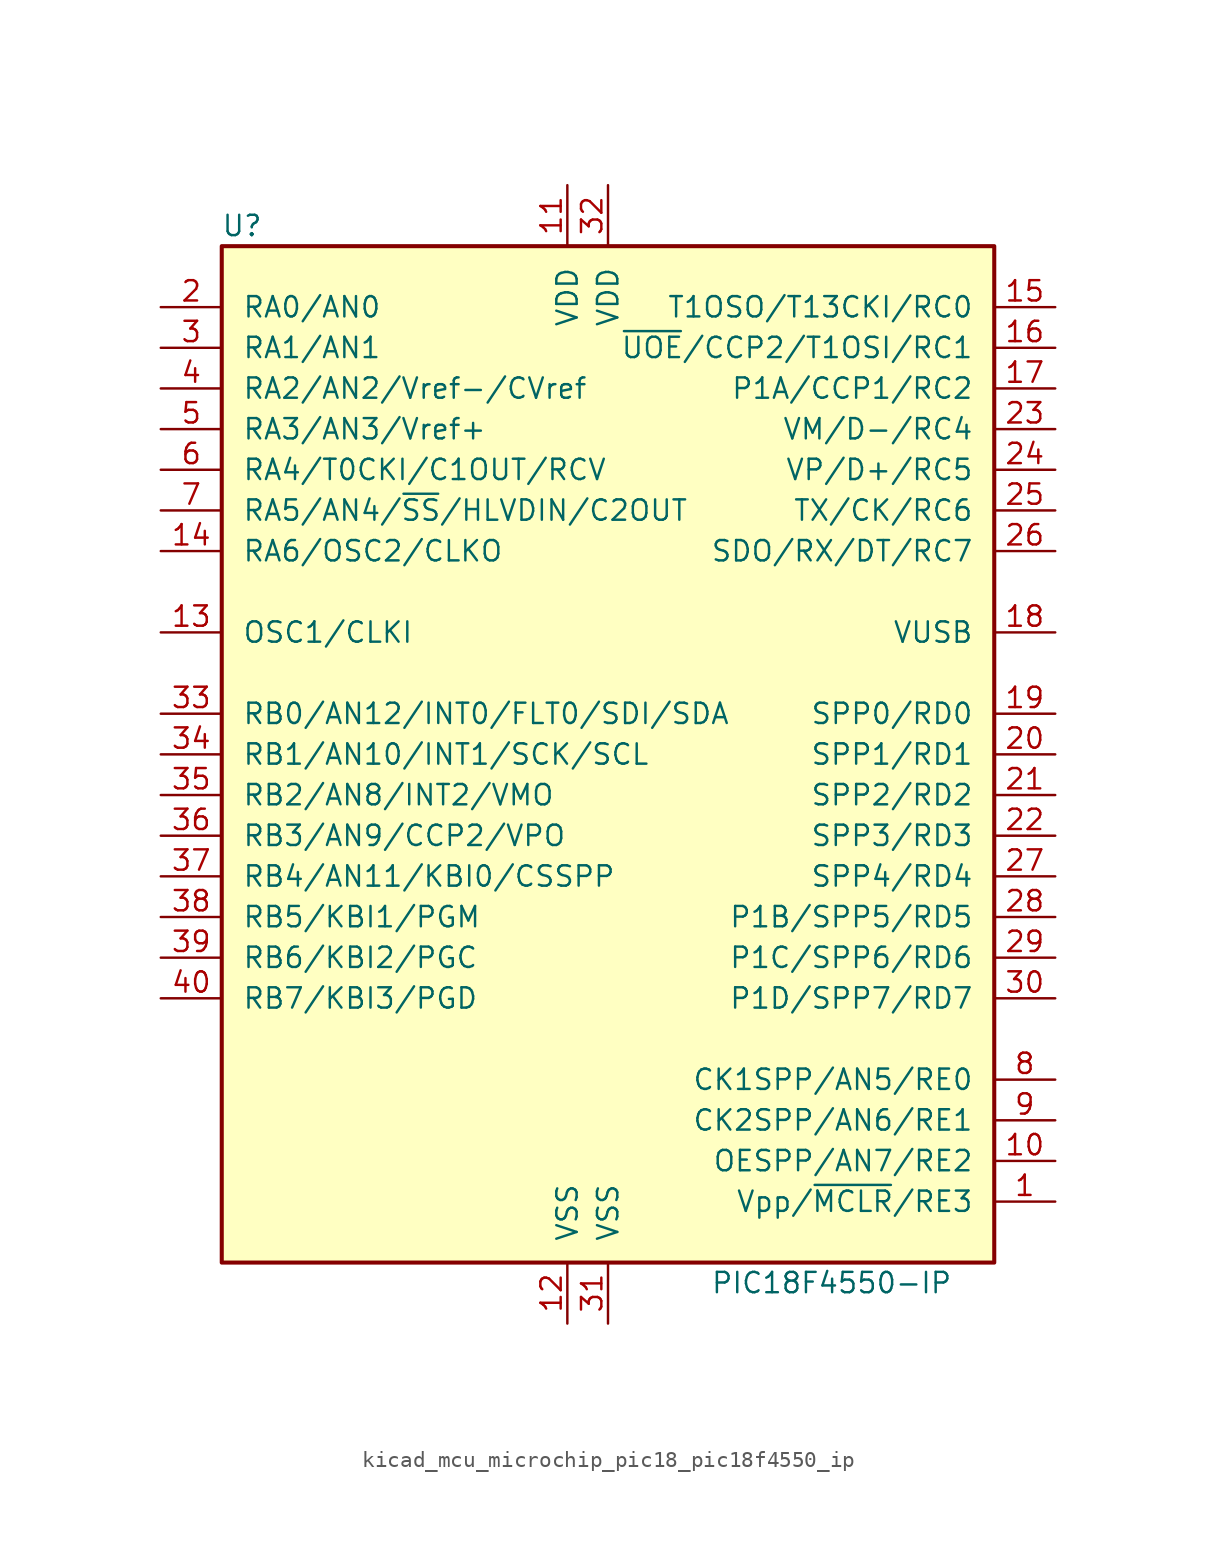
<source format=kicad_sym>
(kicad_symbol_lib
  (version 20220914)
  (generator kicad_symbol_editor)
  (symbol "kicad_mcu_microchip_pic18_pic18f4550_ip"
    (pin_names
      (offset 1.27))
    (property "Reference" "U"
      (at -22.86 33.02 0)
      (effects (font (size 1.27 1.27))))
    (property "Value" "PIC18F4550-IP"
      (at 13.97 -33.02 0)
      (effects (font (size 1.27 1.27))))
    (symbol "kicad_mcu_microchip_pic18_pic18f4550_ip_0_1"
      (rectangle (start -24.13 31.75) (end 24.13 -31.75) (stroke (width 0.254) (type default)) (fill (type background))))
    (symbol "kicad_mcu_microchip_pic18_pic18f4550_ip_1_1"
      (pin input line (at 27.94 -27.94 180) (length 3.81) (name "Vpp/~{MCLR}/RE3" (effects (font (size 1.27 1.27)))) (number "1" (effects (font (size 1.27 1.27)))))
      (pin bidirectional line (at 27.94 -25.4 180) (length 3.81) (name "OESPP/AN7/RE2" (effects (font (size 1.27 1.27)))) (number "10" (effects (font (size 1.27 1.27)))))
      (pin power_in line (at -2.54 35.56 270) (length 3.81) (name "VDD" (effects (font (size 1.27 1.27)))) (number "11" (effects (font (size 1.27 1.27)))))
      (pin power_in line (at -2.54 -35.56 90) (length 3.81) (name "VSS" (effects (font (size 1.27 1.27)))) (number "12" (effects (font (size 1.27 1.27)))))
      (pin input line (at -27.94 7.62 0) (length 3.81) (name "OSC1/CLKI" (effects (font (size 1.27 1.27)))) (number "13" (effects (font (size 1.27 1.27)))))
      (pin output line (at -27.94 12.7 0) (length 3.81) (name "RA6/OSC2/CLKO" (effects (font (size 1.27 1.27)))) (number "14" (effects (font (size 1.27 1.27)))))
      (pin bidirectional line (at 27.94 27.94 180) (length 3.81) (name "T1OSO/T13CKI/RC0" (effects (font (size 1.27 1.27)))) (number "15" (effects (font (size 1.27 1.27)))))
      (pin bidirectional line (at 27.94 25.4 180) (length 3.81) (name "~{UOE}/CCP2/T1OSI/RC1" (effects (font (size 1.27 1.27)))) (number "16" (effects (font (size 1.27 1.27)))))
      (pin bidirectional line (at 27.94 22.86 180) (length 3.81) (name "P1A/CCP1/RC2" (effects (font (size 1.27 1.27)))) (number "17" (effects (font (size 1.27 1.27)))))
      (pin bidirectional line (at 27.94 7.62 180) (length 3.81) (name "VUSB" (effects (font (size 1.27 1.27)))) (number "18" (effects (font (size 1.27 1.27)))))
      (pin bidirectional line (at 27.94 2.54 180) (length 3.81) (name "SPP0/RD0" (effects (font (size 1.27 1.27)))) (number "19" (effects (font (size 1.27 1.27)))))
      (pin bidirectional line (at -27.94 27.94 0) (length 3.81) (name "RA0/AN0" (effects (font (size 1.27 1.27)))) (number "2" (effects (font (size 1.27 1.27)))))
      (pin bidirectional line (at 27.94 0 180) (length 3.81) (name "SPP1/RD1" (effects (font (size 1.27 1.27)))) (number "20" (effects (font (size 1.27 1.27)))))
      (pin bidirectional line (at 27.94 -2.54 180) (length 3.81) (name "SPP2/RD2" (effects (font (size 1.27 1.27)))) (number "21" (effects (font (size 1.27 1.27)))))
      (pin bidirectional line (at 27.94 -5.08 180) (length 3.81) (name "SPP3/RD3" (effects (font (size 1.27 1.27)))) (number "22" (effects (font (size 1.27 1.27)))))
      (pin bidirectional line (at 27.94 20.32 180) (length 3.81) (name "VM/D-/RC4" (effects (font (size 1.27 1.27)))) (number "23" (effects (font (size 1.27 1.27)))))
      (pin bidirectional line (at 27.94 17.78 180) (length 3.81) (name "VP/D+/RC5" (effects (font (size 1.27 1.27)))) (number "24" (effects (font (size 1.27 1.27)))))
      (pin bidirectional line (at 27.94 15.24 180) (length 3.81) (name "TX/CK/RC6" (effects (font (size 1.27 1.27)))) (number "25" (effects (font (size 1.27 1.27)))))
      (pin bidirectional line (at 27.94 12.7 180) (length 3.81) (name "SDO/RX/DT/RC7" (effects (font (size 1.27 1.27)))) (number "26" (effects (font (size 1.27 1.27)))))
      (pin bidirectional line (at 27.94 -7.62 180) (length 3.81) (name "SPP4/RD4" (effects (font (size 1.27 1.27)))) (number "27" (effects (font (size 1.27 1.27)))))
      (pin bidirectional line (at 27.94 -10.16 180) (length 3.81) (name "P1B/SPP5/RD5" (effects (font (size 1.27 1.27)))) (number "28" (effects (font (size 1.27 1.27)))))
      (pin bidirectional line (at 27.94 -12.7 180) (length 3.81) (name "P1C/SPP6/RD6" (effects (font (size 1.27 1.27)))) (number "29" (effects (font (size 1.27 1.27)))))
      (pin bidirectional line (at -27.94 25.4 0) (length 3.81) (name "RA1/AN1" (effects (font (size 1.27 1.27)))) (number "3" (effects (font (size 1.27 1.27)))))
      (pin bidirectional line (at 27.94 -15.24 180) (length 3.81) (name "P1D/SPP7/RD7" (effects (font (size 1.27 1.27)))) (number "30" (effects (font (size 1.27 1.27)))))
      (pin power_in line (at 0 -35.56 90) (length 3.81) (name "VSS" (effects (font (size 1.27 1.27)))) (number "31" (effects (font (size 1.27 1.27)))))
      (pin power_in line (at 0 35.56 270) (length 3.81) (name "VDD" (effects (font (size 1.27 1.27)))) (number "32" (effects (font (size 1.27 1.27)))))
      (pin bidirectional line (at -27.94 2.54 0) (length 3.81) (name "RB0/AN12/INT0/FLT0/SDI/SDA" (effects (font (size 1.27 1.27)))) (number "33" (effects (font (size 1.27 1.27)))))
      (pin bidirectional line (at -27.94 0 0) (length 3.81) (name "RB1/AN10/INT1/SCK/SCL" (effects (font (size 1.27 1.27)))) (number "34" (effects (font (size 1.27 1.27)))))
      (pin bidirectional line (at -27.94 -2.54 0) (length 3.81) (name "RB2/AN8/INT2/VMO" (effects (font (size 1.27 1.27)))) (number "35" (effects (font (size 1.27 1.27)))))
      (pin bidirectional line (at -27.94 -5.08 0) (length 3.81) (name "RB3/AN9/CCP2/VPO" (effects (font (size 1.27 1.27)))) (number "36" (effects (font (size 1.27 1.27)))))
      (pin bidirectional line (at -27.94 -7.62 0) (length 3.81) (name "RB4/AN11/KBI0/CSSPP" (effects (font (size 1.27 1.27)))) (number "37" (effects (font (size 1.27 1.27)))))
      (pin bidirectional line (at -27.94 -10.16 0) (length 3.81) (name "RB5/KBI1/PGM" (effects (font (size 1.27 1.27)))) (number "38" (effects (font (size 1.27 1.27)))))
      (pin bidirectional line (at -27.94 -12.7 0) (length 3.81) (name "RB6/KBI2/PGC" (effects (font (size 1.27 1.27)))) (number "39" (effects (font (size 1.27 1.27)))))
      (pin bidirectional line (at -27.94 22.86 0) (length 3.81) (name "RA2/AN2/Vref-/CVref" (effects (font (size 1.27 1.27)))) (number "4" (effects (font (size 1.27 1.27)))))
      (pin bidirectional line (at -27.94 -15.24 0) (length 3.81) (name "RB7/KBI3/PGD" (effects (font (size 1.27 1.27)))) (number "40" (effects (font (size 1.27 1.27)))))
      (pin bidirectional line (at -27.94 20.32 0) (length 3.81) (name "RA3/AN3/Vref+" (effects (font (size 1.27 1.27)))) (number "5" (effects (font (size 1.27 1.27)))))
      (pin bidirectional line (at -27.94 17.78 0) (length 3.81) (name "RA4/T0CKI/C1OUT/RCV" (effects (font (size 1.27 1.27)))) (number "6" (effects (font (size 1.27 1.27)))))
      (pin bidirectional line (at -27.94 15.24 0) (length 3.81) (name "RA5/AN4/~{SS}/HLVDIN/C2OUT" (effects (font (size 1.27 1.27)))) (number "7" (effects (font (size 1.27 1.27)))))
      (pin bidirectional line (at 27.94 -20.32 180) (length 3.81) (name "CK1SPP/AN5/RE0" (effects (font (size 1.27 1.27)))) (number "8" (effects (font (size 1.27 1.27)))))
      (pin bidirectional line (at 27.94 -22.86 180) (length 3.81) (name "CK2SPP/AN6/RE1" (effects (font (size 1.27 1.27)))) (number "9" (effects (font (size 1.27 1.27))))))))
</source>
